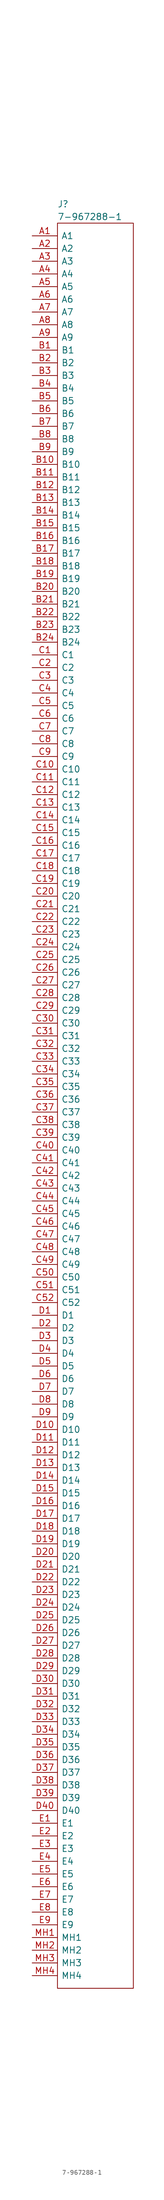
<source format=kicad_sym>
(kicad_symbol_lib
  (version 20210619)
  (generator kicad_symbol_editor)
  (symbol "TE_7-967288-1:7-967288-1"
    (pin_names
      (offset 0.762))
    (property "Reference" "J"
      (at 5.08 6.35 0)
      (effects (font (size 1.27 1.27)) (justify left)))
    (property "Value" "7-967288-1"
      (at 5.08 3.81 0)
      (effects (font (size 1.27 1.27)) (justify left)))
    (symbol "7-967288-1_0_0"
      (pin passive line (at 0 0 0) (length 5.08) (name "A1" (effects (font (size 1.27 1.27)))) (number "A1" (effects (font (size 1.27 1.27)))))
      (pin passive line (at 0 -2.54 0) (length 5.08) (name "A2" (effects (font (size 1.27 1.27)))) (number "A2" (effects (font (size 1.27 1.27)))))
      (pin passive line (at 0 -5.08 0) (length 5.08) (name "A3" (effects (font (size 1.27 1.27)))) (number "A3" (effects (font (size 1.27 1.27)))))
      (pin passive line (at 0 -7.62 0) (length 5.08) (name "A4" (effects (font (size 1.27 1.27)))) (number "A4" (effects (font (size 1.27 1.27)))))
      (pin passive line (at 0 -10.16 0) (length 5.08) (name "A5" (effects (font (size 1.27 1.27)))) (number "A5" (effects (font (size 1.27 1.27)))))
      (pin passive line (at 0 -12.7 0) (length 5.08) (name "A6" (effects (font (size 1.27 1.27)))) (number "A6" (effects (font (size 1.27 1.27)))))
      (pin passive line (at 0 -15.24 0) (length 5.08) (name "A7" (effects (font (size 1.27 1.27)))) (number "A7" (effects (font (size 1.27 1.27)))))
      (pin passive line (at 0 -17.78 0) (length 5.08) (name "A8" (effects (font (size 1.27 1.27)))) (number "A8" (effects (font (size 1.27 1.27)))))
      (pin passive line (at 0 -20.32 0) (length 5.08) (name "A9" (effects (font (size 1.27 1.27)))) (number "A9" (effects (font (size 1.27 1.27)))))
      (pin passive line (at 0 -22.86 0) (length 5.08) (name "B1" (effects (font (size 1.27 1.27)))) (number "B1" (effects (font (size 1.27 1.27)))))
      (pin passive line (at 0 -45.72 0) (length 5.08) (name "B10" (effects (font (size 1.27 1.27)))) (number "B10" (effects (font (size 1.27 1.27)))))
      (pin passive line (at 0 -48.26 0) (length 5.08) (name "B11" (effects (font (size 1.27 1.27)))) (number "B11" (effects (font (size 1.27 1.27)))))
      (pin passive line (at 0 -50.8 0) (length 5.08) (name "B12" (effects (font (size 1.27 1.27)))) (number "B12" (effects (font (size 1.27 1.27)))))
      (pin passive line (at 0 -53.34 0) (length 5.08) (name "B13" (effects (font (size 1.27 1.27)))) (number "B13" (effects (font (size 1.27 1.27)))))
      (pin passive line (at 0 -55.88 0) (length 5.08) (name "B14" (effects (font (size 1.27 1.27)))) (number "B14" (effects (font (size 1.27 1.27)))))
      (pin passive line (at 0 -58.42 0) (length 5.08) (name "B15" (effects (font (size 1.27 1.27)))) (number "B15" (effects (font (size 1.27 1.27)))))
      (pin passive line (at 0 -60.96 0) (length 5.08) (name "B16" (effects (font (size 1.27 1.27)))) (number "B16" (effects (font (size 1.27 1.27)))))
      (pin passive line (at 0 -63.5 0) (length 5.08) (name "B17" (effects (font (size 1.27 1.27)))) (number "B17" (effects (font (size 1.27 1.27)))))
      (pin passive line (at 0 -66.04 0) (length 5.08) (name "B18" (effects (font (size 1.27 1.27)))) (number "B18" (effects (font (size 1.27 1.27)))))
      (pin passive line (at 0 -68.58 0) (length 5.08) (name "B19" (effects (font (size 1.27 1.27)))) (number "B19" (effects (font (size 1.27 1.27)))))
      (pin passive line (at 0 -25.4 0) (length 5.08) (name "B2" (effects (font (size 1.27 1.27)))) (number "B2" (effects (font (size 1.27 1.27)))))
      (pin passive line (at 0 -71.12 0) (length 5.08) (name "B20" (effects (font (size 1.27 1.27)))) (number "B20" (effects (font (size 1.27 1.27)))))
      (pin passive line (at 0 -73.66 0) (length 5.08) (name "B21" (effects (font (size 1.27 1.27)))) (number "B21" (effects (font (size 1.27 1.27)))))
      (pin passive line (at 0 -76.2 0) (length 5.08) (name "B22" (effects (font (size 1.27 1.27)))) (number "B22" (effects (font (size 1.27 1.27)))))
      (pin passive line (at 0 -78.74 0) (length 5.08) (name "B23" (effects (font (size 1.27 1.27)))) (number "B23" (effects (font (size 1.27 1.27)))))
      (pin passive line (at 0 -81.28 0) (length 5.08) (name "B24" (effects (font (size 1.27 1.27)))) (number "B24" (effects (font (size 1.27 1.27)))))
      (pin passive line (at 0 -27.94 0) (length 5.08) (name "B3" (effects (font (size 1.27 1.27)))) (number "B3" (effects (font (size 1.27 1.27)))))
      (pin passive line (at 0 -30.48 0) (length 5.08) (name "B4" (effects (font (size 1.27 1.27)))) (number "B4" (effects (font (size 1.27 1.27)))))
      (pin passive line (at 0 -33.02 0) (length 5.08) (name "B5" (effects (font (size 1.27 1.27)))) (number "B5" (effects (font (size 1.27 1.27)))))
      (pin passive line (at 0 -35.56 0) (length 5.08) (name "B6" (effects (font (size 1.27 1.27)))) (number "B6" (effects (font (size 1.27 1.27)))))
      (pin passive line (at 0 -38.1 0) (length 5.08) (name "B7" (effects (font (size 1.27 1.27)))) (number "B7" (effects (font (size 1.27 1.27)))))
      (pin passive line (at 0 -40.64 0) (length 5.08) (name "B8" (effects (font (size 1.27 1.27)))) (number "B8" (effects (font (size 1.27 1.27)))))
      (pin passive line (at 0 -43.18 0) (length 5.08) (name "B9" (effects (font (size 1.27 1.27)))) (number "B9" (effects (font (size 1.27 1.27)))))
      (pin passive line (at 0 -83.82 0) (length 5.08) (name "C1" (effects (font (size 1.27 1.27)))) (number "C1" (effects (font (size 1.27 1.27)))))
      (pin passive line (at 0 -106.68 0) (length 5.08) (name "C10" (effects (font (size 1.27 1.27)))) (number "C10" (effects (font (size 1.27 1.27)))))
      (pin passive line (at 0 -109.22 0) (length 5.08) (name "C11" (effects (font (size 1.27 1.27)))) (number "C11" (effects (font (size 1.27 1.27)))))
      (pin passive line (at 0 -111.76 0) (length 5.08) (name "C12" (effects (font (size 1.27 1.27)))) (number "C12" (effects (font (size 1.27 1.27)))))
      (pin passive line (at 0 -114.3 0) (length 5.08) (name "C13" (effects (font (size 1.27 1.27)))) (number "C13" (effects (font (size 1.27 1.27)))))
      (pin passive line (at 0 -116.84 0) (length 5.08) (name "C14" (effects (font (size 1.27 1.27)))) (number "C14" (effects (font (size 1.27 1.27)))))
      (pin passive line (at 0 -119.38 0) (length 5.08) (name "C15" (effects (font (size 1.27 1.27)))) (number "C15" (effects (font (size 1.27 1.27)))))
      (pin passive line (at 0 -121.92 0) (length 5.08) (name "C16" (effects (font (size 1.27 1.27)))) (number "C16" (effects (font (size 1.27 1.27)))))
      (pin passive line (at 0 -124.46 0) (length 5.08) (name "C17" (effects (font (size 1.27 1.27)))) (number "C17" (effects (font (size 1.27 1.27)))))
      (pin passive line (at 0 -127 0) (length 5.08) (name "C18" (effects (font (size 1.27 1.27)))) (number "C18" (effects (font (size 1.27 1.27)))))
      (pin passive line (at 0 -129.54 0) (length 5.08) (name "C19" (effects (font (size 1.27 1.27)))) (number "C19" (effects (font (size 1.27 1.27)))))
      (pin passive line (at 0 -86.36 0) (length 5.08) (name "C2" (effects (font (size 1.27 1.27)))) (number "C2" (effects (font (size 1.27 1.27)))))
      (pin passive line (at 0 -132.08 0) (length 5.08) (name "C20" (effects (font (size 1.27 1.27)))) (number "C20" (effects (font (size 1.27 1.27)))))
      (pin passive line (at 0 -134.62 0) (length 5.08) (name "C21" (effects (font (size 1.27 1.27)))) (number "C21" (effects (font (size 1.27 1.27)))))
      (pin passive line (at 0 -137.16 0) (length 5.08) (name "C22" (effects (font (size 1.27 1.27)))) (number "C22" (effects (font (size 1.27 1.27)))))
      (pin passive line (at 0 -139.7 0) (length 5.08) (name "C23" (effects (font (size 1.27 1.27)))) (number "C23" (effects (font (size 1.27 1.27)))))
      (pin passive line (at 0 -142.24 0) (length 5.08) (name "C24" (effects (font (size 1.27 1.27)))) (number "C24" (effects (font (size 1.27 1.27)))))
      (pin passive line (at 0 -144.78 0) (length 5.08) (name "C25" (effects (font (size 1.27 1.27)))) (number "C25" (effects (font (size 1.27 1.27)))))
      (pin passive line (at 0 -147.32 0) (length 5.08) (name "C26" (effects (font (size 1.27 1.27)))) (number "C26" (effects (font (size 1.27 1.27)))))
      (pin passive line (at 0 -149.86 0) (length 5.08) (name "C27" (effects (font (size 1.27 1.27)))) (number "C27" (effects (font (size 1.27 1.27)))))
      (pin passive line (at 0 -152.4 0) (length 5.08) (name "C28" (effects (font (size 1.27 1.27)))) (number "C28" (effects (font (size 1.27 1.27)))))
      (pin passive line (at 0 -154.94 0) (length 5.08) (name "C29" (effects (font (size 1.27 1.27)))) (number "C29" (effects (font (size 1.27 1.27)))))
      (pin passive line (at 0 -88.9 0) (length 5.08) (name "C3" (effects (font (size 1.27 1.27)))) (number "C3" (effects (font (size 1.27 1.27)))))
      (pin passive line (at 0 -157.48 0) (length 5.08) (name "C30" (effects (font (size 1.27 1.27)))) (number "C30" (effects (font (size 1.27 1.27)))))
      (pin passive line (at 0 -160.02 0) (length 5.08) (name "C31" (effects (font (size 1.27 1.27)))) (number "C31" (effects (font (size 1.27 1.27)))))
      (pin passive line (at 0 -162.56 0) (length 5.08) (name "C32" (effects (font (size 1.27 1.27)))) (number "C32" (effects (font (size 1.27 1.27)))))
      (pin passive line (at 0 -165.1 0) (length 5.08) (name "C33" (effects (font (size 1.27 1.27)))) (number "C33" (effects (font (size 1.27 1.27)))))
      (pin passive line (at 0 -167.64 0) (length 5.08) (name "C34" (effects (font (size 1.27 1.27)))) (number "C34" (effects (font (size 1.27 1.27)))))
      (pin passive line (at 0 -170.18 0) (length 5.08) (name "C35" (effects (font (size 1.27 1.27)))) (number "C35" (effects (font (size 1.27 1.27)))))
      (pin passive line (at 0 -172.72 0) (length 5.08) (name "C36" (effects (font (size 1.27 1.27)))) (number "C36" (effects (font (size 1.27 1.27)))))
      (pin passive line (at 0 -175.26 0) (length 5.08) (name "C37" (effects (font (size 1.27 1.27)))) (number "C37" (effects (font (size 1.27 1.27)))))
      (pin passive line (at 0 -177.8 0) (length 5.08) (name "C38" (effects (font (size 1.27 1.27)))) (number "C38" (effects (font (size 1.27 1.27)))))
      (pin passive line (at 0 -180.34 0) (length 5.08) (name "C39" (effects (font (size 1.27 1.27)))) (number "C39" (effects (font (size 1.27 1.27)))))
      (pin passive line (at 0 -91.44 0) (length 5.08) (name "C4" (effects (font (size 1.27 1.27)))) (number "C4" (effects (font (size 1.27 1.27)))))
      (pin passive line (at 0 -182.88 0) (length 5.08) (name "C40" (effects (font (size 1.27 1.27)))) (number "C40" (effects (font (size 1.27 1.27)))))
      (pin passive line (at 0 -185.42 0) (length 5.08) (name "C41" (effects (font (size 1.27 1.27)))) (number "C41" (effects (font (size 1.27 1.27)))))
      (pin passive line (at 0 -187.96 0) (length 5.08) (name "C42" (effects (font (size 1.27 1.27)))) (number "C42" (effects (font (size 1.27 1.27)))))
      (pin passive line (at 0 -190.5 0) (length 5.08) (name "C43" (effects (font (size 1.27 1.27)))) (number "C43" (effects (font (size 1.27 1.27)))))
      (pin passive line (at 0 -193.04 0) (length 5.08) (name "C44" (effects (font (size 1.27 1.27)))) (number "C44" (effects (font (size 1.27 1.27)))))
      (pin passive line (at 0 -195.58 0) (length 5.08) (name "C45" (effects (font (size 1.27 1.27)))) (number "C45" (effects (font (size 1.27 1.27)))))
      (pin passive line (at 0 -198.12 0) (length 5.08) (name "C46" (effects (font (size 1.27 1.27)))) (number "C46" (effects (font (size 1.27 1.27)))))
      (pin passive line (at 0 -200.66 0) (length 5.08) (name "C47" (effects (font (size 1.27 1.27)))) (number "C47" (effects (font (size 1.27 1.27)))))
      (pin passive line (at 0 -203.2 0) (length 5.08) (name "C48" (effects (font (size 1.27 1.27)))) (number "C48" (effects (font (size 1.27 1.27)))))
      (pin passive line (at 0 -205.74 0) (length 5.08) (name "C49" (effects (font (size 1.27 1.27)))) (number "C49" (effects (font (size 1.27 1.27)))))
      (pin passive line (at 0 -93.98 0) (length 5.08) (name "C5" (effects (font (size 1.27 1.27)))) (number "C5" (effects (font (size 1.27 1.27)))))
      (pin passive line (at 0 -208.28 0) (length 5.08) (name "C50" (effects (font (size 1.27 1.27)))) (number "C50" (effects (font (size 1.27 1.27)))))
      (pin passive line (at 0 -210.82 0) (length 5.08) (name "C51" (effects (font (size 1.27 1.27)))) (number "C51" (effects (font (size 1.27 1.27)))))
      (pin passive line (at 0 -213.36 0) (length 5.08) (name "C52" (effects (font (size 1.27 1.27)))) (number "C52" (effects (font (size 1.27 1.27)))))
      (pin passive line (at 0 -96.52 0) (length 5.08) (name "C6" (effects (font (size 1.27 1.27)))) (number "C6" (effects (font (size 1.27 1.27)))))
      (pin passive line (at 0 -99.06 0) (length 5.08) (name "C7" (effects (font (size 1.27 1.27)))) (number "C7" (effects (font (size 1.27 1.27)))))
      (pin passive line (at 0 -101.6 0) (length 5.08) (name "C8" (effects (font (size 1.27 1.27)))) (number "C8" (effects (font (size 1.27 1.27)))))
      (pin passive line (at 0 -104.14 0) (length 5.08) (name "C9" (effects (font (size 1.27 1.27)))) (number "C9" (effects (font (size 1.27 1.27)))))
      (pin passive line (at 0 -215.9 0) (length 5.08) (name "D1" (effects (font (size 1.27 1.27)))) (number "D1" (effects (font (size 1.27 1.27)))))
      (pin passive line (at 0 -238.76 0) (length 5.08) (name "D10" (effects (font (size 1.27 1.27)))) (number "D10" (effects (font (size 1.27 1.27)))))
      (pin passive line (at 0 -241.3 0) (length 5.08) (name "D11" (effects (font (size 1.27 1.27)))) (number "D11" (effects (font (size 1.27 1.27)))))
      (pin passive line (at 0 -243.84 0) (length 5.08) (name "D12" (effects (font (size 1.27 1.27)))) (number "D12" (effects (font (size 1.27 1.27)))))
      (pin passive line (at 0 -246.38 0) (length 5.08) (name "D13" (effects (font (size 1.27 1.27)))) (number "D13" (effects (font (size 1.27 1.27)))))
      (pin passive line (at 0 -248.92 0) (length 5.08) (name "D14" (effects (font (size 1.27 1.27)))) (number "D14" (effects (font (size 1.27 1.27)))))
      (pin passive line (at 0 -251.46 0) (length 5.08) (name "D15" (effects (font (size 1.27 1.27)))) (number "D15" (effects (font (size 1.27 1.27)))))
      (pin passive line (at 0 -254 0) (length 5.08) (name "D16" (effects (font (size 1.27 1.27)))) (number "D16" (effects (font (size 1.27 1.27)))))
      (pin passive line (at 0 -256.54 0) (length 5.08) (name "D17" (effects (font (size 1.27 1.27)))) (number "D17" (effects (font (size 1.27 1.27)))))
      (pin passive line (at 0 -259.08 0) (length 5.08) (name "D18" (effects (font (size 1.27 1.27)))) (number "D18" (effects (font (size 1.27 1.27)))))
      (pin passive line (at 0 -261.62 0) (length 5.08) (name "D19" (effects (font (size 1.27 1.27)))) (number "D19" (effects (font (size 1.27 1.27)))))
      (pin passive line (at 0 -218.44 0) (length 5.08) (name "D2" (effects (font (size 1.27 1.27)))) (number "D2" (effects (font (size 1.27 1.27)))))
      (pin passive line (at 0 -264.16 0) (length 5.08) (name "D20" (effects (font (size 1.27 1.27)))) (number "D20" (effects (font (size 1.27 1.27)))))
      (pin passive line (at 0 -266.7 0) (length 5.08) (name "D21" (effects (font (size 1.27 1.27)))) (number "D21" (effects (font (size 1.27 1.27)))))
      (pin passive line (at 0 -269.24 0) (length 5.08) (name "D22" (effects (font (size 1.27 1.27)))) (number "D22" (effects (font (size 1.27 1.27)))))
      (pin passive line (at 0 -271.78 0) (length 5.08) (name "D23" (effects (font (size 1.27 1.27)))) (number "D23" (effects (font (size 1.27 1.27)))))
      (pin passive line (at 0 -274.32 0) (length 5.08) (name "D24" (effects (font (size 1.27 1.27)))) (number "D24" (effects (font (size 1.27 1.27)))))
      (pin passive line (at 0 -276.86 0) (length 5.08) (name "D25" (effects (font (size 1.27 1.27)))) (number "D25" (effects (font (size 1.27 1.27)))))
      (pin passive line (at 0 -279.4 0) (length 5.08) (name "D26" (effects (font (size 1.27 1.27)))) (number "D26" (effects (font (size 1.27 1.27)))))
      (pin passive line (at 0 -281.94 0) (length 5.08) (name "D27" (effects (font (size 1.27 1.27)))) (number "D27" (effects (font (size 1.27 1.27)))))
      (pin passive line (at 0 -284.48 0) (length 5.08) (name "D28" (effects (font (size 1.27 1.27)))) (number "D28" (effects (font (size 1.27 1.27)))))
      (pin passive line (at 0 -287.02 0) (length 5.08) (name "D29" (effects (font (size 1.27 1.27)))) (number "D29" (effects (font (size 1.27 1.27)))))
      (pin passive line (at 0 -220.98 0) (length 5.08) (name "D3" (effects (font (size 1.27 1.27)))) (number "D3" (effects (font (size 1.27 1.27)))))
      (pin passive line (at 0 -289.56 0) (length 5.08) (name "D30" (effects (font (size 1.27 1.27)))) (number "D30" (effects (font (size 1.27 1.27)))))
      (pin passive line (at 0 -292.1 0) (length 5.08) (name "D31" (effects (font (size 1.27 1.27)))) (number "D31" (effects (font (size 1.27 1.27)))))
      (pin passive line (at 0 -294.64 0) (length 5.08) (name "D32" (effects (font (size 1.27 1.27)))) (number "D32" (effects (font (size 1.27 1.27)))))
      (pin passive line (at 0 -297.18 0) (length 5.08) (name "D33" (effects (font (size 1.27 1.27)))) (number "D33" (effects (font (size 1.27 1.27)))))
      (pin passive line (at 0 -299.72 0) (length 5.08) (name "D34" (effects (font (size 1.27 1.27)))) (number "D34" (effects (font (size 1.27 1.27)))))
      (pin passive line (at 0 -302.26 0) (length 5.08) (name "D35" (effects (font (size 1.27 1.27)))) (number "D35" (effects (font (size 1.27 1.27)))))
      (pin passive line (at 0 -304.8 0) (length 5.08) (name "D36" (effects (font (size 1.27 1.27)))) (number "D36" (effects (font (size 1.27 1.27)))))
      (pin passive line (at 0 -307.34 0) (length 5.08) (name "D37" (effects (font (size 1.27 1.27)))) (number "D37" (effects (font (size 1.27 1.27)))))
      (pin passive line (at 0 -309.88 0) (length 5.08) (name "D38" (effects (font (size 1.27 1.27)))) (number "D38" (effects (font (size 1.27 1.27)))))
      (pin passive line (at 0 -312.42 0) (length 5.08) (name "D39" (effects (font (size 1.27 1.27)))) (number "D39" (effects (font (size 1.27 1.27)))))
      (pin passive line (at 0 -223.52 0) (length 5.08) (name "D4" (effects (font (size 1.27 1.27)))) (number "D4" (effects (font (size 1.27 1.27)))))
      (pin passive line (at 0 -314.96 0) (length 5.08) (name "D40" (effects (font (size 1.27 1.27)))) (number "D40" (effects (font (size 1.27 1.27)))))
      (pin passive line (at 0 -226.06 0) (length 5.08) (name "D5" (effects (font (size 1.27 1.27)))) (number "D5" (effects (font (size 1.27 1.27)))))
      (pin passive line (at 0 -228.6 0) (length 5.08) (name "D6" (effects (font (size 1.27 1.27)))) (number "D6" (effects (font (size 1.27 1.27)))))
      (pin passive line (at 0 -231.14 0) (length 5.08) (name "D7" (effects (font (size 1.27 1.27)))) (number "D7" (effects (font (size 1.27 1.27)))))
      (pin passive line (at 0 -233.68 0) (length 5.08) (name "D8" (effects (font (size 1.27 1.27)))) (number "D8" (effects (font (size 1.27 1.27)))))
      (pin passive line (at 0 -236.22 0) (length 5.08) (name "D9" (effects (font (size 1.27 1.27)))) (number "D9" (effects (font (size 1.27 1.27)))))
      (pin passive line (at 0 -317.5 0) (length 5.08) (name "E1" (effects (font (size 1.27 1.27)))) (number "E1" (effects (font (size 1.27 1.27)))))
      (pin passive line (at 0 -320.04 0) (length 5.08) (name "E2" (effects (font (size 1.27 1.27)))) (number "E2" (effects (font (size 1.27 1.27)))))
      (pin passive line (at 0 -322.58 0) (length 5.08) (name "E3" (effects (font (size 1.27 1.27)))) (number "E3" (effects (font (size 1.27 1.27)))))
      (pin passive line (at 0 -325.12 0) (length 5.08) (name "E4" (effects (font (size 1.27 1.27)))) (number "E4" (effects (font (size 1.27 1.27)))))
      (pin passive line (at 0 -327.66 0) (length 5.08) (name "E5" (effects (font (size 1.27 1.27)))) (number "E5" (effects (font (size 1.27 1.27)))))
      (pin passive line (at 0 -330.2 0) (length 5.08) (name "E6" (effects (font (size 1.27 1.27)))) (number "E6" (effects (font (size 1.27 1.27)))))
      (pin passive line (at 0 -332.74 0) (length 5.08) (name "E7" (effects (font (size 1.27 1.27)))) (number "E7" (effects (font (size 1.27 1.27)))))
      (pin passive line (at 0 -335.28 0) (length 5.08) (name "E8" (effects (font (size 1.27 1.27)))) (number "E8" (effects (font (size 1.27 1.27)))))
      (pin passive line (at 0 -337.82 0) (length 5.08) (name "E9" (effects (font (size 1.27 1.27)))) (number "E9" (effects (font (size 1.27 1.27)))))
      (pin passive line (at 0 -340.36 0) (length 5.08) (name "MH1" (effects (font (size 1.27 1.27)))) (number "MH1" (effects (font (size 1.27 1.27)))))
      (pin passive line (at 0 -342.9 0) (length 5.08) (name "MH2" (effects (font (size 1.27 1.27)))) (number "MH2" (effects (font (size 1.27 1.27)))))
      (pin passive line (at 0 -345.44 0) (length 5.08) (name "MH3" (effects (font (size 1.27 1.27)))) (number "MH3" (effects (font (size 1.27 1.27)))))
      (pin passive line (at 0 -347.98 0) (length 5.08) (name "MH4" (effects (font (size 1.27 1.27)))) (number "MH4" (effects (font (size 1.27 1.27))))))
    (symbol "7-967288-1_0_1"
      (polyline (pts (xy 5.08 2.54) (xy 20.32 2.54) (xy 20.32 -350.52) (xy 5.08 -350.52) (xy 5.08 2.54)) (stroke (width 0.152)) (fill (type none))))))
</source>
